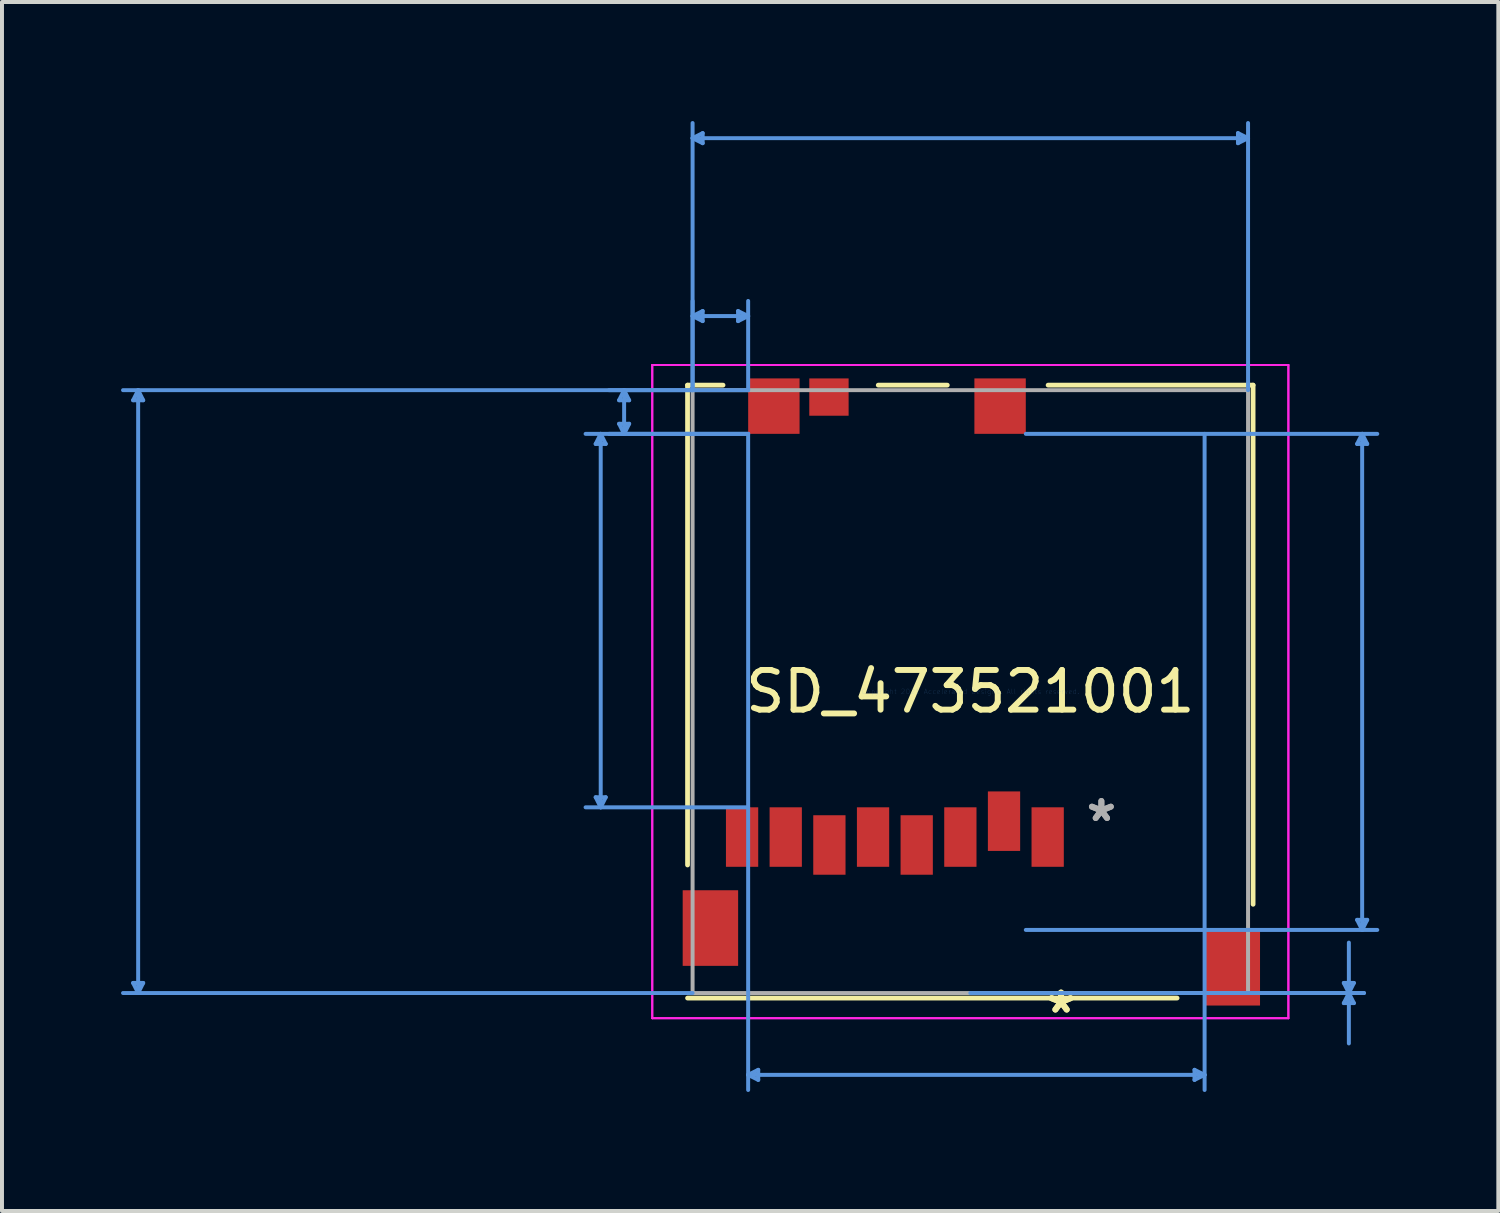
<source format=kicad_pcb>
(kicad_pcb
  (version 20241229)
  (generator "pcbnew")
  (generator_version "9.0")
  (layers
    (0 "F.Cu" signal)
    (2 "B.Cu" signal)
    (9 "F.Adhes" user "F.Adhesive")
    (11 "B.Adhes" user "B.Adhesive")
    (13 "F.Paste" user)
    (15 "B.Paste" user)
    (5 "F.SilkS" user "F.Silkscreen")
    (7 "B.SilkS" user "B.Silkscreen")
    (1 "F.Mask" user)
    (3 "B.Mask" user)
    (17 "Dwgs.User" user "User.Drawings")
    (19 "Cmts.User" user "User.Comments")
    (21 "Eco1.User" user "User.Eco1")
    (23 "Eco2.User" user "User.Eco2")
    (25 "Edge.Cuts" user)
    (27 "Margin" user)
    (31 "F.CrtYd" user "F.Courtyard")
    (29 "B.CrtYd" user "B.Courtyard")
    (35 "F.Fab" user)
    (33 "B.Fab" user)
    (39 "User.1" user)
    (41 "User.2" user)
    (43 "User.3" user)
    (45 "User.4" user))
  (footprint "SD_473521001"
    (layer "F.Cu")
    (at 21.399 14.376)
    (property "Reference" "SD_473521001" (at 0 0 0) (layer "F.SilkS") (effects (font (size 1 1) (thickness 0.15))))
    (attr through_hole)
    (fp_line (start -7.125 -7.722) (end -7.125 4.369) (stroke (width 0.12) (type solid)) (layer "F.SilkS"))
    (fp_line (start -7.125 7.722) (end 5.21 7.722) (stroke (width 0.12) (type solid)) (layer "F.SilkS"))
    (fp_line (start -6.231 -7.722) (end -7.125 -7.722) (stroke (width 0.12) (type solid)) (layer "F.SilkS"))
    (fp_line (start -0.58 -7.722) (end -2.32 -7.722) (stroke (width 0.12) (type solid)) (layer "F.SilkS"))
    (fp_line (start 7.125 -7.722) (end 1.96 -7.722) (stroke (width 0.12) (type solid)) (layer "F.SilkS"))
    (fp_line (start 7.125 5.359) (end 7.125 -7.722) (stroke (width 0.12) (type solid)) (layer "F.SilkS"))
    (fp_line (start -21.095 -7.341) (end -20.841 -7.341) (stroke (width 0.1) (type solid)) (layer "Cmts.User"))
    (fp_line (start -21.095 7.341) (end -20.841 7.341) (stroke (width 0.1) (type solid)) (layer "Cmts.User"))
    (fp_line (start -20.968 -7.595) (end -21.095 -7.341) (stroke (width 0.1) (type solid)) (layer "Cmts.User"))
    (fp_line (start -20.968 -7.595) (end -20.968 7.595) (stroke (width 0.1) (type solid)) (layer "Cmts.User"))
    (fp_line (start -20.968 -7.595) (end -20.841 -7.341) (stroke (width 0.1) (type solid)) (layer "Cmts.User"))
    (fp_line (start -20.968 7.595) (end -21.095 7.341) (stroke (width 0.1) (type solid)) (layer "Cmts.User"))
    (fp_line (start -20.968 7.595) (end -20.841 7.341) (stroke (width 0.1) (type solid)) (layer "Cmts.User"))
    (fp_line (start -9.44 2.662) (end -9.313 2.916) (stroke (width 0.1) (type solid)) (layer "Cmts.User"))
    (fp_line (start -9.44 -6.24) (end -9.313 -6.494) (stroke (width 0.1) (type solid)) (layer "Cmts.User"))
    (fp_line (start -9.44 -6.24) (end -9.186 -6.24) (stroke (width 0.1) (type solid)) (layer "Cmts.User"))
    (fp_line (start -9.313 -6.494) (end -9.313 2.916) (stroke (width 0.1) (type solid)) (layer "Cmts.User"))
    (fp_line (start -9.186 2.662) (end -9.44 2.662) (stroke (width 0.1) (type solid)) (layer "Cmts.User"))
    (fp_line (start -9.186 2.662) (end -9.313 2.916) (stroke (width 0.1) (type solid)) (layer "Cmts.User"))
    (fp_line (start -9.186 -6.24) (end -9.313 -6.494) (stroke (width 0.1) (type solid)) (layer "Cmts.User"))
    (fp_line (start -8.85 -6.748) (end -8.723 -6.494) (stroke (width 0.1) (type solid)) (layer "Cmts.User"))
    (fp_line (start -8.85 -7.341) (end -8.723 -7.595) (stroke (width 0.1) (type solid)) (layer "Cmts.User"))
    (fp_line (start -8.85 -7.341) (end -8.596 -7.341) (stroke (width 0.1) (type solid)) (layer "Cmts.User"))
    (fp_line (start -8.723 -7.595) (end -8.723 -6.494) (stroke (width 0.1) (type solid)) (layer "Cmts.User"))
    (fp_line (start -8.596 -6.748) (end -8.85 -6.748) (stroke (width 0.1) (type solid)) (layer "Cmts.User"))
    (fp_line (start -8.596 -6.748) (end -8.723 -6.494) (stroke (width 0.1) (type solid)) (layer "Cmts.User"))
    (fp_line (start -8.596 -7.341) (end -8.723 -7.595) (stroke (width 0.1) (type solid)) (layer "Cmts.User"))
    (fp_line (start -6.998 -9.462) (end -5.598 -9.462) (stroke (width 0.1) (type solid)) (layer "Cmts.User"))
    (fp_line (start -6.998 -13.945) (end -6.744 -14.072) (stroke (width 0.1) (type solid)) (layer "Cmts.User"))
    (fp_line (start -6.998 -13.945) (end -6.744 -13.818) (stroke (width 0.1) (type solid)) (layer "Cmts.User"))
    (fp_line (start -6.998 -13.945) (end 6.998 -13.945) (stroke (width 0.1) (type solid)) (layer "Cmts.User"))
    (fp_line (start -6.998 -7.595) (end -21.349 -7.595) (stroke (width 0.1) (type solid)) (layer "Cmts.User"))
    (fp_line (start -6.998 -7.595) (end -6.998 -9.843) (stroke (width 0.1) (type solid)) (layer "Cmts.User"))
    (fp_line (start -6.998 -7.595) (end -6.998 -14.326) (stroke (width 0.1) (type solid)) (layer "Cmts.User"))
    (fp_line (start -6.998 7.595) (end -21.349 7.595) (stroke (width 0.1) (type solid)) (layer "Cmts.User"))
    (fp_line (start -6.744 -9.589) (end -6.998 -9.462) (stroke (width 0.1) (type solid)) (layer "Cmts.User"))
    (fp_line (start -6.744 -9.335) (end -6.998 -9.462) (stroke (width 0.1) (type solid)) (layer "Cmts.User"))
    (fp_line (start -6.744 -9.335) (end -6.744 -9.589) (stroke (width 0.1) (type solid)) (layer "Cmts.User"))
    (fp_line (start -6.744 -14.072) (end -6.744 -13.818) (stroke (width 0.1) (type solid)) (layer "Cmts.User"))
    (fp_line (start -5.852 -9.335) (end -5.598 -9.462) (stroke (width 0.1) (type solid)) (layer "Cmts.User"))
    (fp_line (start -5.852 -9.589) (end -5.852 -9.335) (stroke (width 0.1) (type solid)) (layer "Cmts.User"))
    (fp_line (start -5.852 -9.589) (end -5.598 -9.462) (stroke (width 0.1) (type solid)) (layer "Cmts.User"))
    (fp_line (start -5.598 9.657) (end 5.903 9.657) (stroke (width 0.1) (type solid)) (layer "Cmts.User"))
    (fp_line (start -5.598 -7.595) (end -9.104 -7.595) (stroke (width 0.1) (type solid)) (layer "Cmts.User"))
    (fp_line (start -5.598 -7.595) (end -5.598 -9.843) (stroke (width 0.1) (type solid)) (layer "Cmts.User"))
    (fp_line (start -5.598 -6.494) (end -9.694 -6.494) (stroke (width 0.1) (type solid)) (layer "Cmts.User"))
    (fp_line (start -5.598 -6.494) (end -9.104 -6.494) (stroke (width 0.1) (type solid)) (layer "Cmts.User"))
    (fp_line (start -5.598 -6.494) (end -5.598 10.038) (stroke (width 0.1) (type solid)) (layer "Cmts.User"))
    (fp_line (start -5.598 2.916) (end -9.694 2.916) (stroke (width 0.1) (type solid)) (layer "Cmts.User"))
    (fp_line (start -5.344 9.784) (end -5.598 9.657) (stroke (width 0.1) (type solid)) (layer "Cmts.User"))
    (fp_line (start -5.344 9.784) (end -5.344 9.53) (stroke (width 0.1) (type solid)) (layer "Cmts.User"))
    (fp_line (start -5.344 9.53) (end -5.598 9.657) (stroke (width 0.1) (type solid)) (layer "Cmts.User"))
    (fp_line (start 0 7.595) (end 9.919 7.595) (stroke (width 0.1) (type solid)) (layer "Cmts.User"))
    (fp_line (start 1.398 -6.494) (end 10.254 -6.494) (stroke (width 0.1) (type solid)) (layer "Cmts.User"))
    (fp_line (start 1.398 6.005) (end 10.254 6.005) (stroke (width 0.1) (type solid)) (layer "Cmts.User"))
    (fp_line (start 5.649 9.53) (end 5.649 9.784) (stroke (width 0.1) (type solid)) (layer "Cmts.User"))
    (fp_line (start 5.649 9.53) (end 5.903 9.657) (stroke (width 0.1) (type solid)) (layer "Cmts.User"))
    (fp_line (start 5.649 9.784) (end 5.903 9.657) (stroke (width 0.1) (type solid)) (layer "Cmts.User"))
    (fp_line (start 5.903 -6.494) (end 5.903 10.038) (stroke (width 0.1) (type solid)) (layer "Cmts.User"))
    (fp_line (start 6.744 -14.072) (end 6.744 -13.818) (stroke (width 0.1) (type solid)) (layer "Cmts.User"))
    (fp_line (start 6.998 -13.945) (end 6.744 -14.072) (stroke (width 0.1) (type solid)) (layer "Cmts.User"))
    (fp_line (start 6.998 -13.945) (end 6.744 -13.818) (stroke (width 0.1) (type solid)) (layer "Cmts.User"))
    (fp_line (start 6.998 -7.595) (end 6.998 -14.326) (stroke (width 0.1) (type solid)) (layer "Cmts.User"))
    (fp_line (start 6.998 7.595) (end 9.919 7.595) (stroke (width 0.1) (type solid)) (layer "Cmts.User"))
    (fp_line (start 9.411 7.341) (end 9.665 7.341) (stroke (width 0.1) (type solid)) (layer "Cmts.User"))
    (fp_line (start 9.411 7.849) (end 9.665 7.849) (stroke (width 0.1) (type solid)) (layer "Cmts.User"))
    (fp_line (start 9.538 7.595) (end 9.411 7.341) (stroke (width 0.1) (type solid)) (layer "Cmts.User"))
    (fp_line (start 9.538 7.595) (end 9.411 7.849) (stroke (width 0.1) (type solid)) (layer "Cmts.User"))
    (fp_line (start 9.538 7.595) (end 9.538 6.325) (stroke (width 0.1) (type solid)) (layer "Cmts.User"))
    (fp_line (start 9.538 7.595) (end 9.538 8.865) (stroke (width 0.1) (type solid)) (layer "Cmts.User"))
    (fp_line (start 9.538 7.595) (end 9.665 7.341) (stroke (width 0.1) (type solid)) (layer "Cmts.User"))
    (fp_line (start 9.538 7.595) (end 9.665 7.849) (stroke (width 0.1) (type solid)) (layer "Cmts.User"))
    (fp_line (start 9.746 5.751) (end 9.873 6.005) (stroke (width 0.1) (type solid)) (layer "Cmts.User"))
    (fp_line (start 9.746 -6.24) (end 9.873 -6.494) (stroke (width 0.1) (type solid)) (layer "Cmts.User"))
    (fp_line (start 9.746 -6.24) (end 10 -6.24) (stroke (width 0.1) (type solid)) (layer "Cmts.User"))
    (fp_line (start 9.873 -6.494) (end 9.873 6.005) (stroke (width 0.1) (type solid)) (layer "Cmts.User"))
    (fp_line (start 10 5.751) (end 9.746 5.751) (stroke (width 0.1) (type solid)) (layer "Cmts.User"))
    (fp_line (start 10 5.751) (end 9.873 6.005) (stroke (width 0.1) (type solid)) (layer "Cmts.User"))
    (fp_line (start 10 -6.24) (end 9.873 -6.494) (stroke (width 0.1) (type solid)) (layer "Cmts.User"))
    (fp_line (start -8.014 -8.23) (end -8.014 8.23) (stroke (width 0.05) (type solid)) (layer "F.CrtYd"))
    (fp_line (start -8.014 -8.23) (end -8.014 8.23) (stroke (width 0.05) (type solid)) (layer "F.CrtYd"))
    (fp_line (start -8.014 8.23) (end 8.014 8.23) (stroke (width 0.05) (type solid)) (layer "F.CrtYd"))
    (fp_line (start -8.014 8.23) (end 8.014 8.23) (stroke (width 0.05) (type solid)) (layer "F.CrtYd"))
    (fp_line (start 8.014 -8.23) (end -8.014 -8.23) (stroke (width 0.05) (type solid)) (layer "F.CrtYd"))
    (fp_line (start 8.014 -8.23) (end -8.014 -8.23) (stroke (width 0.05) (type solid)) (layer "F.CrtYd"))
    (fp_line (start 8.014 8.23) (end 8.014 -8.23) (stroke (width 0.05) (type solid)) (layer "F.CrtYd"))
    (fp_line (start 8.014 8.23) (end 8.014 -8.23) (stroke (width 0.05) (type solid)) (layer "F.CrtYd"))
    (fp_line (start -6.998 -7.595) (end -6.998 7.595) (stroke (width 0.1) (type solid)) (layer "F.Fab"))
    (fp_line (start -6.998 7.595) (end 6.998 7.595) (stroke (width 0.1) (type solid)) (layer "F.Fab"))
    (fp_line (start 6.998 -7.595) (end -6.998 -7.595) (stroke (width 0.1) (type solid)) (layer "F.Fab"))
    (fp_line (start 6.998 7.595) (end 6.998 -7.595) (stroke (width 0.1) (type solid)) (layer "F.Fab"))
    (fp_text user "*" (at 2.286 8.128 0) (layer "F.SilkS") (effects (font (size 1 1) (thickness 0.15))))
    (fp_text user "*" (at 2.286 8.128 0) (layer "F.SilkS") (effects (font (size 1 1) (thickness 0.15))))
    (fp_text user "Copyright 2021 Accelerated Designs. All rights reserved." (at 0 0 0) (layer "Cmts.User") (effects (font (size 0.127 0.127) (thickness 0.002))))
    (fp_text user "*" (at 3.302 3.302 0) (layer "F.Fab") (effects (font (size 1 1) (thickness 0.15))))
    (fp_text user "*" (at 3.302 3.302 0) (layer "F.Fab") (effects (font (size 1 1) (thickness 0.15))))
    (pad "1" smd rect (at 1.949 3.665) (size 0.813 1.499) (layers "F.Cu" "F.Mask" "F.Paste"))
    (pad "2" smd rect (at 0.849 3.265) (size 0.813 1.499) (layers "F.Cu" "F.Mask" "F.Paste"))
    (pad "3" smd rect (at -0.251 3.665) (size 0.813 1.499) (layers "F.Cu" "F.Mask" "F.Paste"))
    (pad "4" smd rect (at -1.351 3.865) (size 0.813 1.499) (layers "F.Cu" "F.Mask" "F.Paste"))
    (pad "5" smd rect (at -2.451 3.665) (size 0.813 1.499) (layers "F.Cu" "F.Mask" "F.Paste"))
    (pad "6" smd rect (at -3.551 3.865) (size 0.813 1.499) (layers "F.Cu" "F.Mask" "F.Paste"))
    (pad "7" smd rect (at -4.651 3.665) (size 0.813 1.499) (layers "F.Cu" "F.Mask" "F.Paste"))
    (pad "8" smd rect (at -5.751 3.665) (size 0.813 1.499) (layers "F.Cu" "F.Mask" "F.Paste"))
    (pad "9" smd rect (at -4.95 -7.193) (size 1.295 1.397) (layers "F.Cu" "F.Mask" "F.Paste"))
    (pad "10" smd rect (at -3.562 -7.421) (size 0.991 0.94) (layers "F.Cu" "F.Mask" "F.Paste"))
    (pad "11" smd rect (at 0.75 -7.193) (size 1.295 1.397) (layers "F.Cu" "F.Mask" "F.Paste"))
    (pad "12" smd rect (at -6.549 5.958) (size 1.397 1.905) (layers "F.Cu" "F.Mask" "F.Paste"))
    (pad "13" smd rect (at 6.601 6.958) (size 1.397 1.905) (layers "F.Cu" "F.Mask" "F.Paste")))
  (gr_rect
    (start -3 -3)
    (end 34.703 27.463)
    (stroke (width 0.1) (type default))
    (fill no)
    (layer "Edge.Cuts")))
</source>
